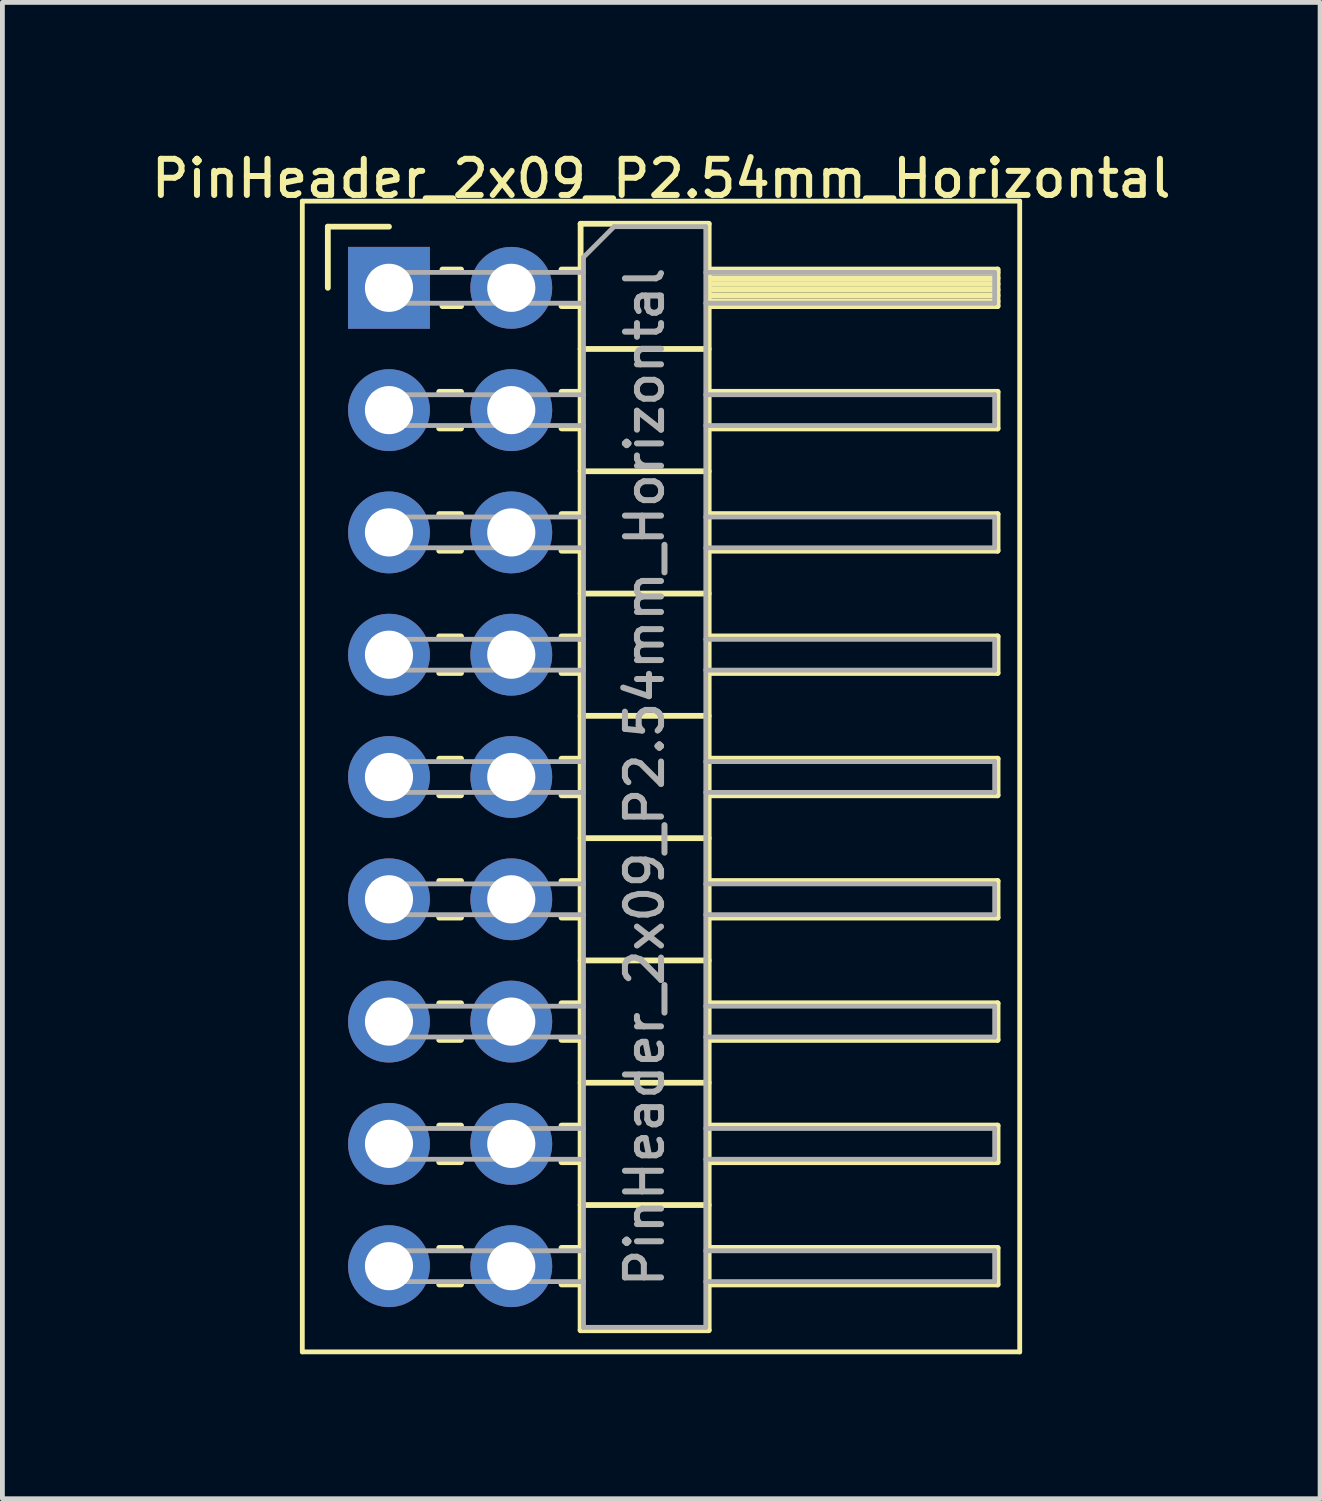
<source format=kicad_pcb>
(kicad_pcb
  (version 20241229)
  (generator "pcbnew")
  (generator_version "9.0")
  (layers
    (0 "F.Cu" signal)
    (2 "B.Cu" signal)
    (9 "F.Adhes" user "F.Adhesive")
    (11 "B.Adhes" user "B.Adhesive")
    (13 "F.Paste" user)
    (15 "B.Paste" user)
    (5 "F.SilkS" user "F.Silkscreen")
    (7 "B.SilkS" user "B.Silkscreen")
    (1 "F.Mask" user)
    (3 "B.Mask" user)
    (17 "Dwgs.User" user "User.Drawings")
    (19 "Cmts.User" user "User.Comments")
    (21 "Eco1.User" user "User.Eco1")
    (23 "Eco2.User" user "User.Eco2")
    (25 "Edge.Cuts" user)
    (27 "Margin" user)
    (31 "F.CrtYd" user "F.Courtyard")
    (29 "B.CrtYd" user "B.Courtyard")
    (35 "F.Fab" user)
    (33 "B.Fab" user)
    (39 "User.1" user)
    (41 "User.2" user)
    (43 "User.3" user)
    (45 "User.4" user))
  (footprint "PinHeader_2x09_P2.54mm_Horizontal"
    (layer "F.Cu")
    (at 5.029 2.928)
    (property "Reference" "PinHeader_2x09_P2.54mm_Horizontal" (at 5.655 -2.27 0) (layer "F.SilkS") (effects (font (size 0.75 0.75) (thickness 0.125))))
    (attr through_hole)
    (fp_line (start -1.8 -1.8) (end -1.8 22.1) (stroke (width 0.1) (type solid)) (layer "F.SilkS"))
    (fp_line (start -1.8 22.1) (end 13.1 22.1) (stroke (width 0.1) (type solid)) (layer "F.SilkS"))
    (fp_line (start -1.27 -1.27) (end 0 -1.27) (stroke (width 0.12) (type solid)) (layer "F.SilkS"))
    (fp_line (start -1.27 0) (end -1.27 -1.27) (stroke (width 0.12) (type solid)) (layer "F.SilkS"))
    (fp_line (start 1.043 2.16) (end 1.497 2.16) (stroke (width 0.12) (type solid)) (layer "F.SilkS"))
    (fp_line (start 1.043 2.92) (end 1.497 2.92) (stroke (width 0.12) (type solid)) (layer "F.SilkS"))
    (fp_line (start 1.043 4.7) (end 1.497 4.7) (stroke (width 0.12) (type solid)) (layer "F.SilkS"))
    (fp_line (start 1.043 5.46) (end 1.497 5.46) (stroke (width 0.12) (type solid)) (layer "F.SilkS"))
    (fp_line (start 1.043 7.24) (end 1.497 7.24) (stroke (width 0.12) (type solid)) (layer "F.SilkS"))
    (fp_line (start 1.043 8) (end 1.497 8) (stroke (width 0.12) (type solid)) (layer "F.SilkS"))
    (fp_line (start 1.043 9.78) (end 1.497 9.78) (stroke (width 0.12) (type solid)) (layer "F.SilkS"))
    (fp_line (start 1.043 10.54) (end 1.497 10.54) (stroke (width 0.12) (type solid)) (layer "F.SilkS"))
    (fp_line (start 1.043 12.32) (end 1.497 12.32) (stroke (width 0.12) (type solid)) (layer "F.SilkS"))
    (fp_line (start 1.043 13.08) (end 1.497 13.08) (stroke (width 0.12) (type solid)) (layer "F.SilkS"))
    (fp_line (start 1.043 14.86) (end 1.497 14.86) (stroke (width 0.12) (type solid)) (layer "F.SilkS"))
    (fp_line (start 1.043 15.62) (end 1.497 15.62) (stroke (width 0.12) (type solid)) (layer "F.SilkS"))
    (fp_line (start 1.043 17.4) (end 1.497 17.4) (stroke (width 0.12) (type solid)) (layer "F.SilkS"))
    (fp_line (start 1.043 18.16) (end 1.497 18.16) (stroke (width 0.12) (type solid)) (layer "F.SilkS"))
    (fp_line (start 1.043 19.94) (end 1.497 19.94) (stroke (width 0.12) (type solid)) (layer "F.SilkS"))
    (fp_line (start 1.043 20.7) (end 1.497 20.7) (stroke (width 0.12) (type solid)) (layer "F.SilkS"))
    (fp_line (start 1.11 -0.38) (end 1.497 -0.38) (stroke (width 0.12) (type solid)) (layer "F.SilkS"))
    (fp_line (start 1.11 0.38) (end 1.497 0.38) (stroke (width 0.12) (type solid)) (layer "F.SilkS"))
    (fp_line (start 3.583 -0.38) (end 3.98 -0.38) (stroke (width 0.12) (type solid)) (layer "F.SilkS"))
    (fp_line (start 3.583 0.38) (end 3.98 0.38) (stroke (width 0.12) (type solid)) (layer "F.SilkS"))
    (fp_line (start 3.583 2.16) (end 3.98 2.16) (stroke (width 0.12) (type solid)) (layer "F.SilkS"))
    (fp_line (start 3.583 2.92) (end 3.98 2.92) (stroke (width 0.12) (type solid)) (layer "F.SilkS"))
    (fp_line (start 3.583 4.7) (end 3.98 4.7) (stroke (width 0.12) (type solid)) (layer "F.SilkS"))
    (fp_line (start 3.583 5.46) (end 3.98 5.46) (stroke (width 0.12) (type solid)) (layer "F.SilkS"))
    (fp_line (start 3.583 7.24) (end 3.98 7.24) (stroke (width 0.12) (type solid)) (layer "F.SilkS"))
    (fp_line (start 3.583 8) (end 3.98 8) (stroke (width 0.12) (type solid)) (layer "F.SilkS"))
    (fp_line (start 3.583 9.78) (end 3.98 9.78) (stroke (width 0.12) (type solid)) (layer "F.SilkS"))
    (fp_line (start 3.583 10.54) (end 3.98 10.54) (stroke (width 0.12) (type solid)) (layer "F.SilkS"))
    (fp_line (start 3.583 12.32) (end 3.98 12.32) (stroke (width 0.12) (type solid)) (layer "F.SilkS"))
    (fp_line (start 3.583 13.08) (end 3.98 13.08) (stroke (width 0.12) (type solid)) (layer "F.SilkS"))
    (fp_line (start 3.583 14.86) (end 3.98 14.86) (stroke (width 0.12) (type solid)) (layer "F.SilkS"))
    (fp_line (start 3.583 15.62) (end 3.98 15.62) (stroke (width 0.12) (type solid)) (layer "F.SilkS"))
    (fp_line (start 3.583 17.4) (end 3.98 17.4) (stroke (width 0.12) (type solid)) (layer "F.SilkS"))
    (fp_line (start 3.583 18.16) (end 3.98 18.16) (stroke (width 0.12) (type solid)) (layer "F.SilkS"))
    (fp_line (start 3.583 19.94) (end 3.98 19.94) (stroke (width 0.12) (type solid)) (layer "F.SilkS"))
    (fp_line (start 3.583 20.7) (end 3.98 20.7) (stroke (width 0.12) (type solid)) (layer "F.SilkS"))
    (fp_line (start 3.98 -1.33) (end 3.98 21.65) (stroke (width 0.12) (type solid)) (layer "F.SilkS"))
    (fp_line (start 3.98 1.27) (end 6.64 1.27) (stroke (width 0.12) (type solid)) (layer "F.SilkS"))
    (fp_line (start 3.98 3.81) (end 6.64 3.81) (stroke (width 0.12) (type solid)) (layer "F.SilkS"))
    (fp_line (start 3.98 6.35) (end 6.64 6.35) (stroke (width 0.12) (type solid)) (layer "F.SilkS"))
    (fp_line (start 3.98 8.89) (end 6.64 8.89) (stroke (width 0.12) (type solid)) (layer "F.SilkS"))
    (fp_line (start 3.98 11.43) (end 6.64 11.43) (stroke (width 0.12) (type solid)) (layer "F.SilkS"))
    (fp_line (start 3.98 13.97) (end 6.64 13.97) (stroke (width 0.12) (type solid)) (layer "F.SilkS"))
    (fp_line (start 3.98 16.51) (end 6.64 16.51) (stroke (width 0.12) (type solid)) (layer "F.SilkS"))
    (fp_line (start 3.98 19.05) (end 6.64 19.05) (stroke (width 0.12) (type solid)) (layer "F.SilkS"))
    (fp_line (start 3.98 21.65) (end 6.64 21.65) (stroke (width 0.12) (type solid)) (layer "F.SilkS"))
    (fp_line (start 6.64 -1.33) (end 3.98 -1.33) (stroke (width 0.12) (type solid)) (layer "F.SilkS"))
    (fp_line (start 6.64 -0.38) (end 12.64 -0.38) (stroke (width 0.12) (type solid)) (layer "F.SilkS"))
    (fp_line (start 6.64 -0.32) (end 12.64 -0.32) (stroke (width 0.12) (type solid)) (layer "F.SilkS"))
    (fp_line (start 6.64 -0.2) (end 12.64 -0.2) (stroke (width 0.12) (type solid)) (layer "F.SilkS"))
    (fp_line (start 6.64 -0.08) (end 12.64 -0.08) (stroke (width 0.12) (type solid)) (layer "F.SilkS"))
    (fp_line (start 6.64 0.04) (end 12.64 0.04) (stroke (width 0.12) (type solid)) (layer "F.SilkS"))
    (fp_line (start 6.64 0.16) (end 12.64 0.16) (stroke (width 0.12) (type solid)) (layer "F.SilkS"))
    (fp_line (start 6.64 0.28) (end 12.64 0.28) (stroke (width 0.12) (type solid)) (layer "F.SilkS"))
    (fp_line (start 6.64 2.16) (end 12.64 2.16) (stroke (width 0.12) (type solid)) (layer "F.SilkS"))
    (fp_line (start 6.64 4.7) (end 12.64 4.7) (stroke (width 0.12) (type solid)) (layer "F.SilkS"))
    (fp_line (start 6.64 7.24) (end 12.64 7.24) (stroke (width 0.12) (type solid)) (layer "F.SilkS"))
    (fp_line (start 6.64 9.78) (end 12.64 9.78) (stroke (width 0.12) (type solid)) (layer "F.SilkS"))
    (fp_line (start 6.64 12.32) (end 12.64 12.32) (stroke (width 0.12) (type solid)) (layer "F.SilkS"))
    (fp_line (start 6.64 14.86) (end 12.64 14.86) (stroke (width 0.12) (type solid)) (layer "F.SilkS"))
    (fp_line (start 6.64 17.4) (end 12.64 17.4) (stroke (width 0.12) (type solid)) (layer "F.SilkS"))
    (fp_line (start 6.64 19.94) (end 12.64 19.94) (stroke (width 0.12) (type solid)) (layer "F.SilkS"))
    (fp_line (start 6.64 21.65) (end 6.64 -1.33) (stroke (width 0.12) (type solid)) (layer "F.SilkS"))
    (fp_line (start 12.64 -0.38) (end 12.64 0.38) (stroke (width 0.12) (type solid)) (layer "F.SilkS"))
    (fp_line (start 12.64 0.38) (end 6.64 0.38) (stroke (width 0.12) (type solid)) (layer "F.SilkS"))
    (fp_line (start 12.64 2.16) (end 12.64 2.92) (stroke (width 0.12) (type solid)) (layer "F.SilkS"))
    (fp_line (start 12.64 2.92) (end 6.64 2.92) (stroke (width 0.12) (type solid)) (layer "F.SilkS"))
    (fp_line (start 12.64 4.7) (end 12.64 5.46) (stroke (width 0.12) (type solid)) (layer "F.SilkS"))
    (fp_line (start 12.64 5.46) (end 6.64 5.46) (stroke (width 0.12) (type solid)) (layer "F.SilkS"))
    (fp_line (start 12.64 7.24) (end 12.64 8) (stroke (width 0.12) (type solid)) (layer "F.SilkS"))
    (fp_line (start 12.64 8) (end 6.64 8) (stroke (width 0.12) (type solid)) (layer "F.SilkS"))
    (fp_line (start 12.64 9.78) (end 12.64 10.54) (stroke (width 0.12) (type solid)) (layer "F.SilkS"))
    (fp_line (start 12.64 10.54) (end 6.64 10.54) (stroke (width 0.12) (type solid)) (layer "F.SilkS"))
    (fp_line (start 12.64 12.32) (end 12.64 13.08) (stroke (width 0.12) (type solid)) (layer "F.SilkS"))
    (fp_line (start 12.64 13.08) (end 6.64 13.08) (stroke (width 0.12) (type solid)) (layer "F.SilkS"))
    (fp_line (start 12.64 14.86) (end 12.64 15.62) (stroke (width 0.12) (type solid)) (layer "F.SilkS"))
    (fp_line (start 12.64 15.62) (end 6.64 15.62) (stroke (width 0.12) (type solid)) (layer "F.SilkS"))
    (fp_line (start 12.64 17.4) (end 12.64 18.16) (stroke (width 0.12) (type solid)) (layer "F.SilkS"))
    (fp_line (start 12.64 18.16) (end 6.64 18.16) (stroke (width 0.12) (type solid)) (layer "F.SilkS"))
    (fp_line (start 12.64 19.94) (end 12.64 20.7) (stroke (width 0.12) (type solid)) (layer "F.SilkS"))
    (fp_line (start 12.64 20.7) (end 6.64 20.7) (stroke (width 0.12) (type solid)) (layer "F.SilkS"))
    (fp_line (start 13.1 -1.8) (end -1.8 -1.8) (stroke (width 0.1) (type solid)) (layer "F.SilkS"))
    (fp_line (start 13.1 22.1) (end 13.1 -1.8) (stroke (width 0.1) (type solid)) (layer "F.SilkS"))
    (fp_line (start -0.32 -0.32) (end -0.32 0.32) (stroke (width 0.1) (type solid)) (layer "F.Fab"))
    (fp_line (start -0.32 -0.32) (end 4.04 -0.32) (stroke (width 0.1) (type solid)) (layer "F.Fab"))
    (fp_line (start -0.32 0.32) (end 4.04 0.32) (stroke (width 0.1) (type solid)) (layer "F.Fab"))
    (fp_line (start -0.32 2.22) (end -0.32 2.86) (stroke (width 0.1) (type solid)) (layer "F.Fab"))
    (fp_line (start -0.32 2.22) (end 4.04 2.22) (stroke (width 0.1) (type solid)) (layer "F.Fab"))
    (fp_line (start -0.32 2.86) (end 4.04 2.86) (stroke (width 0.1) (type solid)) (layer "F.Fab"))
    (fp_line (start -0.32 4.76) (end -0.32 5.4) (stroke (width 0.1) (type solid)) (layer "F.Fab"))
    (fp_line (start -0.32 4.76) (end 4.04 4.76) (stroke (width 0.1) (type solid)) (layer "F.Fab"))
    (fp_line (start -0.32 5.4) (end 4.04 5.4) (stroke (width 0.1) (type solid)) (layer "F.Fab"))
    (fp_line (start -0.32 7.3) (end -0.32 7.94) (stroke (width 0.1) (type solid)) (layer "F.Fab"))
    (fp_line (start -0.32 7.3) (end 4.04 7.3) (stroke (width 0.1) (type solid)) (layer "F.Fab"))
    (fp_line (start -0.32 7.94) (end 4.04 7.94) (stroke (width 0.1) (type solid)) (layer "F.Fab"))
    (fp_line (start -0.32 9.84) (end -0.32 10.48) (stroke (width 0.1) (type solid)) (layer "F.Fab"))
    (fp_line (start -0.32 9.84) (end 4.04 9.84) (stroke (width 0.1) (type solid)) (layer "F.Fab"))
    (fp_line (start -0.32 10.48) (end 4.04 10.48) (stroke (width 0.1) (type solid)) (layer "F.Fab"))
    (fp_line (start -0.32 12.38) (end -0.32 13.02) (stroke (width 0.1) (type solid)) (layer "F.Fab"))
    (fp_line (start -0.32 12.38) (end 4.04 12.38) (stroke (width 0.1) (type solid)) (layer "F.Fab"))
    (fp_line (start -0.32 13.02) (end 4.04 13.02) (stroke (width 0.1) (type solid)) (layer "F.Fab"))
    (fp_line (start -0.32 14.92) (end -0.32 15.56) (stroke (width 0.1) (type solid)) (layer "F.Fab"))
    (fp_line (start -0.32 14.92) (end 4.04 14.92) (stroke (width 0.1) (type solid)) (layer "F.Fab"))
    (fp_line (start -0.32 15.56) (end 4.04 15.56) (stroke (width 0.1) (type solid)) (layer "F.Fab"))
    (fp_line (start -0.32 17.46) (end -0.32 18.1) (stroke (width 0.1) (type solid)) (layer "F.Fab"))
    (fp_line (start -0.32 17.46) (end 4.04 17.46) (stroke (width 0.1) (type solid)) (layer "F.Fab"))
    (fp_line (start -0.32 18.1) (end 4.04 18.1) (stroke (width 0.1) (type solid)) (layer "F.Fab"))
    (fp_line (start -0.32 20) (end -0.32 20.64) (stroke (width 0.1) (type solid)) (layer "F.Fab"))
    (fp_line (start -0.32 20) (end 4.04 20) (stroke (width 0.1) (type solid)) (layer "F.Fab"))
    (fp_line (start -0.32 20.64) (end 4.04 20.64) (stroke (width 0.1) (type solid)) (layer "F.Fab"))
    (fp_line (start 4.04 -0.635) (end 4.675 -1.27) (stroke (width 0.1) (type solid)) (layer "F.Fab"))
    (fp_line (start 4.04 21.59) (end 4.04 -0.635) (stroke (width 0.1) (type solid)) (layer "F.Fab"))
    (fp_line (start 4.675 -1.27) (end 6.58 -1.27) (stroke (width 0.1) (type solid)) (layer "F.Fab"))
    (fp_line (start 6.58 -1.27) (end 6.58 21.59) (stroke (width 0.1) (type solid)) (layer "F.Fab"))
    (fp_line (start 6.58 -0.32) (end 12.58 -0.32) (stroke (width 0.1) (type solid)) (layer "F.Fab"))
    (fp_line (start 6.58 0.32) (end 12.58 0.32) (stroke (width 0.1) (type solid)) (layer "F.Fab"))
    (fp_line (start 6.58 2.22) (end 12.58 2.22) (stroke (width 0.1) (type solid)) (layer "F.Fab"))
    (fp_line (start 6.58 2.86) (end 12.58 2.86) (stroke (width 0.1) (type solid)) (layer "F.Fab"))
    (fp_line (start 6.58 4.76) (end 12.58 4.76) (stroke (width 0.1) (type solid)) (layer "F.Fab"))
    (fp_line (start 6.58 5.4) (end 12.58 5.4) (stroke (width 0.1) (type solid)) (layer "F.Fab"))
    (fp_line (start 6.58 7.3) (end 12.58 7.3) (stroke (width 0.1) (type solid)) (layer "F.Fab"))
    (fp_line (start 6.58 7.94) (end 12.58 7.94) (stroke (width 0.1) (type solid)) (layer "F.Fab"))
    (fp_line (start 6.58 9.84) (end 12.58 9.84) (stroke (width 0.1) (type solid)) (layer "F.Fab"))
    (fp_line (start 6.58 10.48) (end 12.58 10.48) (stroke (width 0.1) (type solid)) (layer "F.Fab"))
    (fp_line (start 6.58 12.38) (end 12.58 12.38) (stroke (width 0.1) (type solid)) (layer "F.Fab"))
    (fp_line (start 6.58 13.02) (end 12.58 13.02) (stroke (width 0.1) (type solid)) (layer "F.Fab"))
    (fp_line (start 6.58 14.92) (end 12.58 14.92) (stroke (width 0.1) (type solid)) (layer "F.Fab"))
    (fp_line (start 6.58 15.56) (end 12.58 15.56) (stroke (width 0.1) (type solid)) (layer "F.Fab"))
    (fp_line (start 6.58 17.46) (end 12.58 17.46) (stroke (width 0.1) (type solid)) (layer "F.Fab"))
    (fp_line (start 6.58 18.1) (end 12.58 18.1) (stroke (width 0.1) (type solid)) (layer "F.Fab"))
    (fp_line (start 6.58 20) (end 12.58 20) (stroke (width 0.1) (type solid)) (layer "F.Fab"))
    (fp_line (start 6.58 20.64) (end 12.58 20.64) (stroke (width 0.1) (type solid)) (layer "F.Fab"))
    (fp_line (start 6.58 21.59) (end 4.04 21.59) (stroke (width 0.1) (type solid)) (layer "F.Fab"))
    (fp_line (start 12.58 -0.32) (end 12.58 0.32) (stroke (width 0.1) (type solid)) (layer "F.Fab"))
    (fp_line (start 12.58 2.22) (end 12.58 2.86) (stroke (width 0.1) (type solid)) (layer "F.Fab"))
    (fp_line (start 12.58 4.76) (end 12.58 5.4) (stroke (width 0.1) (type solid)) (layer "F.Fab"))
    (fp_line (start 12.58 7.3) (end 12.58 7.94) (stroke (width 0.1) (type solid)) (layer "F.Fab"))
    (fp_line (start 12.58 9.84) (end 12.58 10.48) (stroke (width 0.1) (type solid)) (layer "F.Fab"))
    (fp_line (start 12.58 12.38) (end 12.58 13.02) (stroke (width 0.1) (type solid)) (layer "F.Fab"))
    (fp_line (start 12.58 14.92) (end 12.58 15.56) (stroke (width 0.1) (type solid)) (layer "F.Fab"))
    (fp_line (start 12.58 17.46) (end 12.58 18.1) (stroke (width 0.1) (type solid)) (layer "F.Fab"))
    (fp_line (start 12.58 20) (end 12.58 20.64) (stroke (width 0.1) (type solid)) (layer "F.Fab"))
    (fp_text user "${REFERENCE}" (at 5.31 10.16 90) (layer "F.Fab") (effects (font (size 0.75 0.75) (thickness 0.125))))
    (pad "1" thru_hole rect (at 0 0) (size 1.7 1.7) (drill 1) (layers "*.Cu" "*.Mask"))
    (pad "2" thru_hole oval (at 2.54 0) (size 1.7 1.7) (drill 1) (layers "*.Cu" "*.Mask"))
    (pad "3" thru_hole oval (at 0 2.54) (size 1.7 1.7) (drill 1) (layers "*.Cu" "*.Mask"))
    (pad "4" thru_hole oval (at 2.54 2.54) (size 1.7 1.7) (drill 1) (layers "*.Cu" "*.Mask"))
    (pad "5" thru_hole oval (at 0 5.08) (size 1.7 1.7) (drill 1) (layers "*.Cu" "*.Mask"))
    (pad "6" thru_hole oval (at 2.54 5.08) (size 1.7 1.7) (drill 1) (layers "*.Cu" "*.Mask"))
    (pad "7" thru_hole oval (at 0 7.62) (size 1.7 1.7) (drill 1) (layers "*.Cu" "*.Mask"))
    (pad "8" thru_hole oval (at 2.54 7.62) (size 1.7 1.7) (drill 1) (layers "*.Cu" "*.Mask"))
    (pad "9" thru_hole oval (at 0 10.16) (size 1.7 1.7) (drill 1) (layers "*.Cu" "*.Mask"))
    (pad "10" thru_hole oval (at 2.54 10.16) (size 1.7 1.7) (drill 1) (layers "*.Cu" "*.Mask"))
    (pad "11" thru_hole oval (at 0 12.7) (size 1.7 1.7) (drill 1) (layers "*.Cu" "*.Mask"))
    (pad "12" thru_hole oval (at 2.54 12.7) (size 1.7 1.7) (drill 1) (layers "*.Cu" "*.Mask"))
    (pad "13" thru_hole oval (at 0 15.24) (size 1.7 1.7) (drill 1) (layers "*.Cu" "*.Mask"))
    (pad "14" thru_hole oval (at 2.54 15.24) (size 1.7 1.7) (drill 1) (layers "*.Cu" "*.Mask"))
    (pad "15" thru_hole oval (at 0 17.78) (size 1.7 1.7) (drill 1) (layers "*.Cu" "*.Mask"))
    (pad "16" thru_hole oval (at 2.54 17.78) (size 1.7 1.7) (drill 1) (layers "*.Cu" "*.Mask"))
    (pad "17" thru_hole oval (at 0 20.32) (size 1.7 1.7) (drill 1) (layers "*.Cu" "*.Mask"))
    (pad "18" thru_hole oval (at 2.54 20.32) (size 1.7 1.7) (drill 1) (layers "*.Cu" "*.Mask")))
  (gr_rect
    (start -3 -3)
    (end 24.368 28.078)
    (stroke (width 0.1) (type default))
    (fill no)
    (layer "Edge.Cuts")))
</source>
